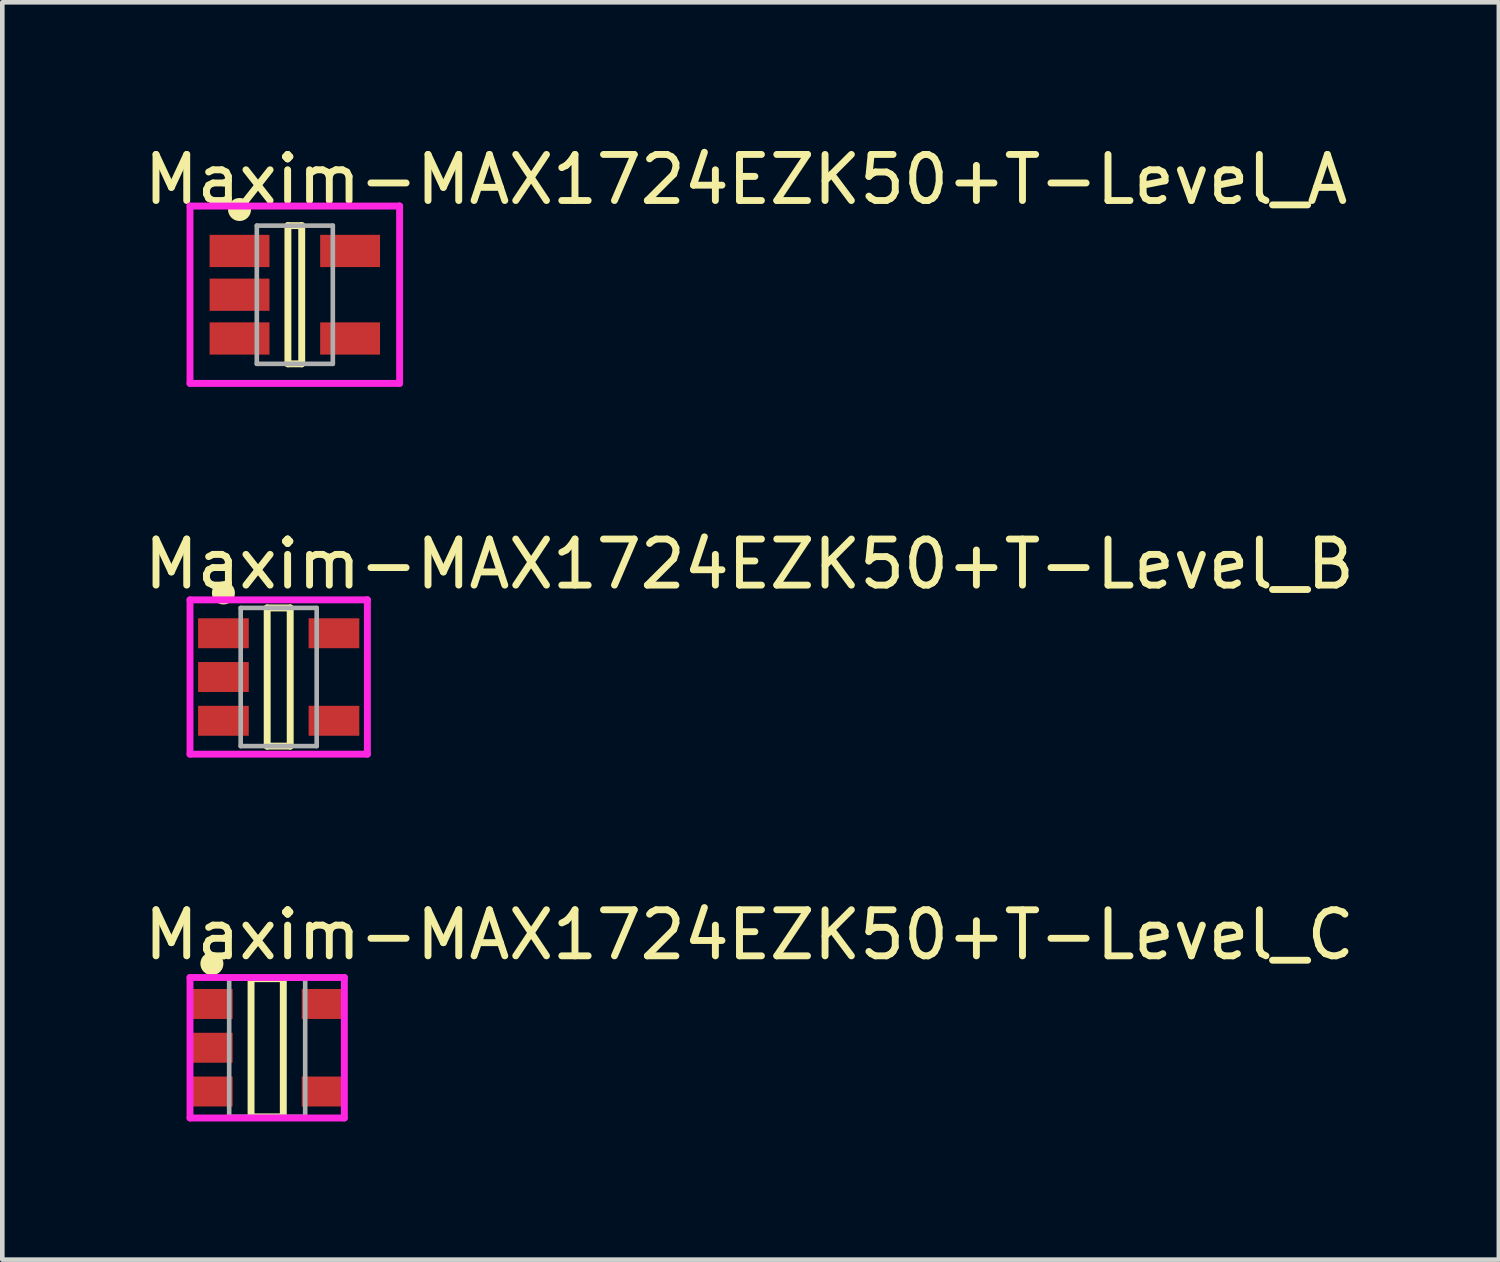
<source format=kicad_pcb>
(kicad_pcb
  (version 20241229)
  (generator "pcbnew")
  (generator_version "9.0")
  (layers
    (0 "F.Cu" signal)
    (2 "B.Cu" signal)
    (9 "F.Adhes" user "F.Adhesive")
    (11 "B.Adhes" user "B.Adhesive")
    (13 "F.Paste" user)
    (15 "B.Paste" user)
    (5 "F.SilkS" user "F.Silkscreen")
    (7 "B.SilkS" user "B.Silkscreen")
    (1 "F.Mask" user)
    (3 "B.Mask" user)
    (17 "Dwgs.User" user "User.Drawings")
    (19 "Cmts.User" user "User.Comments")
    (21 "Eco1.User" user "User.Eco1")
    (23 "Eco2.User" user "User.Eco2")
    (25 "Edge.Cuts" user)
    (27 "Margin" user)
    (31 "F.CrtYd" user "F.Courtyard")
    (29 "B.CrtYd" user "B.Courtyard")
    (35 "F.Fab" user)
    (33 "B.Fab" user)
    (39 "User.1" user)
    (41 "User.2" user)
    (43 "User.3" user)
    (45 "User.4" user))
  (footprint "Maxim-MAX1724EZK50+T-Level_C"
    (layer "F.Cu")
    (at 2.75 19.695)
    (property "Reference" "Maxim-MAX1724EZK50+T-Level_C" (at -2.75 -2.45 0) (layer "F.SilkS") (effects (font (size 1 1) (thickness 0.15)) (justify left)))
    (attr through_hole)
    (fp_line (start -0.35 -1.5) (end 0.35 -1.5) (stroke (width 0.15) (type solid)) (layer "F.SilkS"))
    (fp_line (start -0.35 1.5) (end -0.35 -1.5) (stroke (width 0.15) (type solid)) (layer "F.SilkS"))
    (fp_line (start -0.35 1.5) (end 0.35 1.5) (stroke (width 0.15) (type solid)) (layer "F.SilkS"))
    (fp_line (start 0.35 1.5) (end 0.35 -1.5) (stroke (width 0.15) (type solid)) (layer "F.SilkS"))
    (fp_circle (center -1.2 -1.825) (end -1.075 -1.825) (stroke (width 0.25) (type solid)) (fill no) (layer "F.SilkS"))
    (fp_line (start -1.675 -1.525) (end -1.675 1.525) (stroke (width 0.15) (type solid)) (layer "F.CrtYd"))
    (fp_line (start -1.675 1.525) (end 1.675 1.525) (stroke (width 0.15) (type solid)) (layer "F.CrtYd"))
    (fp_line (start 1.675 -1.525) (end -1.675 -1.525) (stroke (width 0.15) (type solid)) (layer "F.CrtYd"))
    (fp_line (start 1.675 -1.525) (end 1.675 -1.525) (stroke (width 0.15) (type solid)) (layer "F.CrtYd"))
    (fp_line (start 1.675 1.525) (end 1.675 -1.525) (stroke (width 0.15) (type solid)) (layer "F.CrtYd"))
    (fp_line (start -0.825 -1.5) (end 0.825 -1.5) (stroke (width 0.1) (type solid)) (layer "F.Fab"))
    (fp_line (start -0.825 1.5) (end -0.825 -1.5) (stroke (width 0.1) (type solid)) (layer "F.Fab"))
    (fp_line (start -0.825 1.5) (end 0.825 1.5) (stroke (width 0.1) (type solid)) (layer "F.Fab"))
    (fp_line (start 0.825 1.5) (end 0.825 -1.5) (stroke (width 0.1) (type solid)) (layer "F.Fab"))
    (pad "1" smd rect (at -1.2 -0.95 270) (size 0.65 0.9) (layers "F.Cu" "F.Mask" "F.Paste"))
    (pad "2" smd rect (at -1.2 -0.000001 270) (size 0.65 0.9) (layers "F.Cu" "F.Mask" "F.Paste"))
    (pad "3" smd rect (at -1.2 0.95 270) (size 0.65 0.9) (layers "F.Cu" "F.Mask" "F.Paste"))
    (pad "4" smd rect (at 1.2 0.95 270) (size 0.65 0.9) (layers "F.Cu" "F.Mask" "F.Paste"))
    (pad "5" smd rect (at 1.2 -0.95 270) (size 0.65 0.9) (layers "F.Cu" "F.Mask" "F.Paste")))
  (footprint "Maxim-MAX1724EZK50+T-Level_B"
    (layer "F.Cu")
    (at 3 11.647)
    (property "Reference" "Maxim-MAX1724EZK50+T-Level_B" (at -3 -2.45 0) (layer "F.SilkS") (effects (font (size 1 1) (thickness 0.15)) (justify left)))
    (attr through_hole)
    (fp_line (start -0.25 -1.5) (end 0.25 -1.5) (stroke (width 0.15) (type solid)) (layer "F.SilkS"))
    (fp_line (start -0.25 1.5) (end -0.25 -1.5) (stroke (width 0.15) (type solid)) (layer "F.SilkS"))
    (fp_line (start -0.25 1.5) (end 0.25 1.5) (stroke (width 0.15) (type solid)) (layer "F.SilkS"))
    (fp_line (start 0.25 1.5) (end 0.25 -1.5) (stroke (width 0.15) (type solid)) (layer "F.SilkS"))
    (fp_circle (center -1.2 -1.825) (end -1.075 -1.825) (stroke (width 0.25) (type solid)) (fill no) (layer "F.SilkS"))
    (fp_line (start -1.925 -1.675) (end -1.925 1.675) (stroke (width 0.15) (type solid)) (layer "F.CrtYd"))
    (fp_line (start -1.925 1.675) (end 1.925 1.675) (stroke (width 0.15) (type solid)) (layer "F.CrtYd"))
    (fp_line (start 1.925 -1.675) (end -1.925 -1.675) (stroke (width 0.15) (type solid)) (layer "F.CrtYd"))
    (fp_line (start 1.925 -1.675) (end 1.925 -1.675) (stroke (width 0.15) (type solid)) (layer "F.CrtYd"))
    (fp_line (start 1.925 1.675) (end 1.925 -1.675) (stroke (width 0.15) (type solid)) (layer "F.CrtYd"))
    (fp_line (start -0.825 -1.5) (end 0.825 -1.5) (stroke (width 0.1) (type solid)) (layer "F.Fab"))
    (fp_line (start -0.825 1.5) (end -0.825 -1.5) (stroke (width 0.1) (type solid)) (layer "F.Fab"))
    (fp_line (start -0.825 1.5) (end 0.825 1.5) (stroke (width 0.1) (type solid)) (layer "F.Fab"))
    (fp_line (start 0.825 1.5) (end 0.825 -1.5) (stroke (width 0.1) (type solid)) (layer "F.Fab"))
    (pad "1" smd rect (at -1.2 -0.95 270) (size 0.65 1.1) (layers "F.Cu" "F.Mask" "F.Paste"))
    (pad "2" smd rect (at -1.2 -0.000001 270) (size 0.65 1.1) (layers "F.Cu" "F.Mask" "F.Paste"))
    (pad "3" smd rect (at -1.2 0.95 270) (size 0.65 1.1) (layers "F.Cu" "F.Mask" "F.Paste"))
    (pad "4" smd rect (at 1.2 0.95 270) (size 0.65 1.1) (layers "F.Cu" "F.Mask" "F.Paste"))
    (pad "5" smd rect (at 1.2 -0.95 270) (size 0.65 1.1) (layers "F.Cu" "F.Mask" "F.Paste")))
  (footprint "Maxim-MAX1724EZK50+T-Level_A"
    (layer "F.Cu")
    (at 3.35 3.348)
    (property "Reference" "Maxim-MAX1724EZK50+T-Level_A" (at -3.35 -2.5 0) (layer "F.SilkS") (effects (font (size 1 1) (thickness 0.15)) (justify left)))
    (attr through_hole)
    (fp_line (start -0.15 -1.5) (end 0.15 -1.5) (stroke (width 0.15) (type solid)) (layer "F.SilkS"))
    (fp_line (start -0.15 1.5) (end -0.15 -1.5) (stroke (width 0.15) (type solid)) (layer "F.SilkS"))
    (fp_line (start -0.15 1.5) (end 0.15 1.5) (stroke (width 0.15) (type solid)) (layer "F.SilkS"))
    (fp_line (start 0.15 1.5) (end 0.15 -1.5) (stroke (width 0.15) (type solid)) (layer "F.SilkS"))
    (fp_circle (center -1.2 -1.85) (end -1.075 -1.85) (stroke (width 0.25) (type solid)) (fill no) (layer "F.SilkS"))
    (fp_line (start -2.275 -1.925) (end -2.275 1.925) (stroke (width 0.15) (type solid)) (layer "F.CrtYd"))
    (fp_line (start -2.275 1.925) (end 2.275 1.925) (stroke (width 0.15) (type solid)) (layer "F.CrtYd"))
    (fp_line (start 2.275 -1.925) (end -2.275 -1.925) (stroke (width 0.15) (type solid)) (layer "F.CrtYd"))
    (fp_line (start 2.275 -1.925) (end 2.275 -1.925) (stroke (width 0.15) (type solid)) (layer "F.CrtYd"))
    (fp_line (start 2.275 1.925) (end 2.275 -1.925) (stroke (width 0.15) (type solid)) (layer "F.CrtYd"))
    (fp_line (start -0.825 -1.5) (end 0.825 -1.5) (stroke (width 0.1) (type solid)) (layer "F.Fab"))
    (fp_line (start -0.825 1.5) (end -0.825 -1.5) (stroke (width 0.1) (type solid)) (layer "F.Fab"))
    (fp_line (start -0.825 1.5) (end 0.825 1.5) (stroke (width 0.1) (type solid)) (layer "F.Fab"))
    (fp_line (start 0.825 1.5) (end 0.825 -1.5) (stroke (width 0.1) (type solid)) (layer "F.Fab"))
    (pad "1" smd rect (at -1.2 -0.95 270) (size 0.7 1.3) (layers "F.Cu" "F.Mask" "F.Paste"))
    (pad "2" smd rect (at -1.2 -0.000001 270) (size 0.7 1.3) (layers "F.Cu" "F.Mask" "F.Paste"))
    (pad "3" smd rect (at -1.2 0.95 270) (size 0.7 1.3) (layers "F.Cu" "F.Mask" "F.Paste"))
    (pad "4" smd rect (at 1.2 0.95 270) (size 0.7 1.3) (layers "F.Cu" "F.Mask" "F.Paste"))
    (pad "5" smd rect (at 1.2 -0.95 270) (size 0.7 1.3) (layers "F.Cu" "F.Mask" "F.Paste")))
  (gr_rect
    (start -3 -3)
    (end 29.488 24.295)
    (stroke (width 0.1) (type default))
    (fill no)
    (layer "Edge.Cuts")))
</source>
